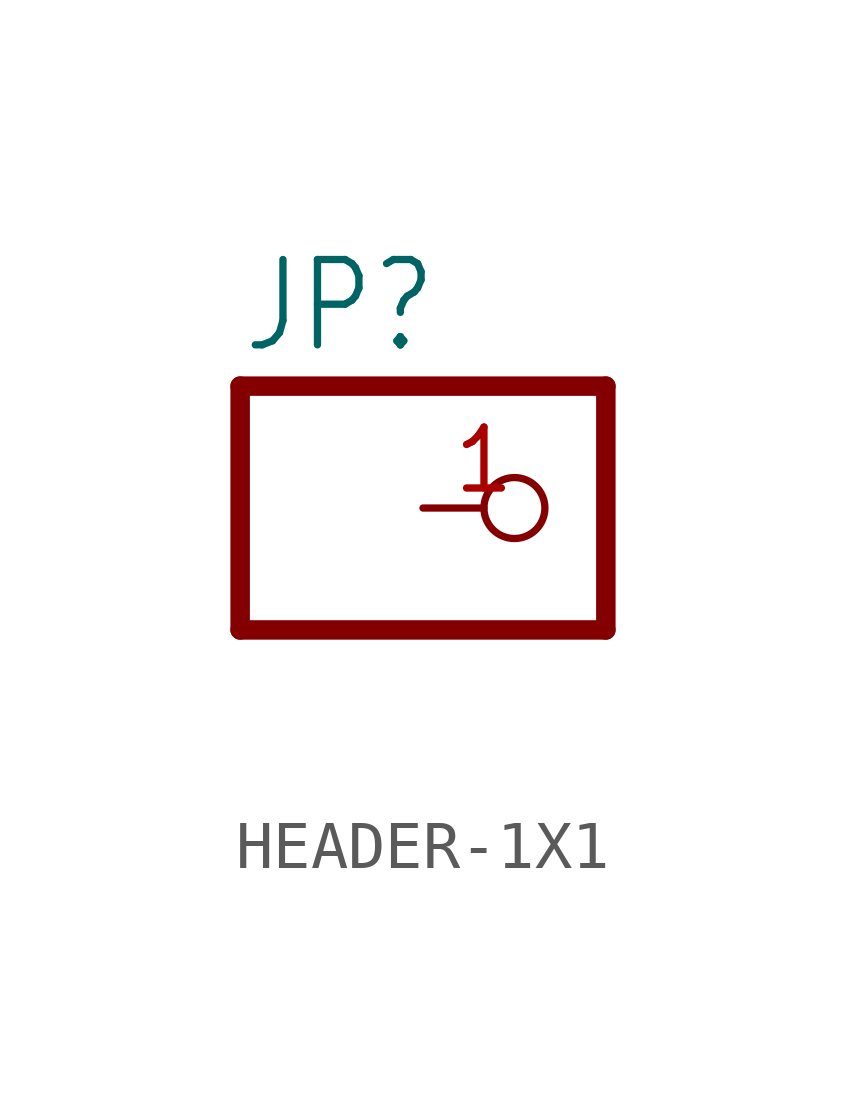
<source format=kicad_sym>
(kicad_symbol_lib
  (version 20220914)
  (generator kicad_symbol_editor)
  (symbol "HEADER-1X1"
    (property "Reference" "JP"
      (at -6.35 3.175 0)
      (effects (font (size 1.778 1.511)) (justify left bottom)))
    (property "Value" ""
      (at -6.35 -5.08 0)
      (effects (font (size 1.778 1.511)) (justify left bottom)))
    (property "ki_locked" ""
      (at 0 0 0)
      (effects (font (size 1.27 1.27))))
    (symbol "HEADER-1X1_1_0"
      (polyline (pts (xy -6.35 -2.54) (xy 1.27 -2.54)) (stroke (width 0.406) (type solid)) (fill (type none)))
      (polyline (pts (xy -6.35 2.54) (xy -6.35 -2.54)) (stroke (width 0.406) (type solid)) (fill (type none)))
      (polyline (pts (xy 1.27 -2.54) (xy 1.27 2.54)) (stroke (width 0.406) (type solid)) (fill (type none)))
      (polyline (pts (xy 1.27 2.54) (xy -6.35 2.54)) (stroke (width 0.406) (type solid)) (fill (type none)))
      (pin passive inverted (at -2.54 0 0) (length 2.54) (name "1" (effects (font (size 0 0)))) (number "1" (effects (font (size 1.27 1.27))))))))
</source>
